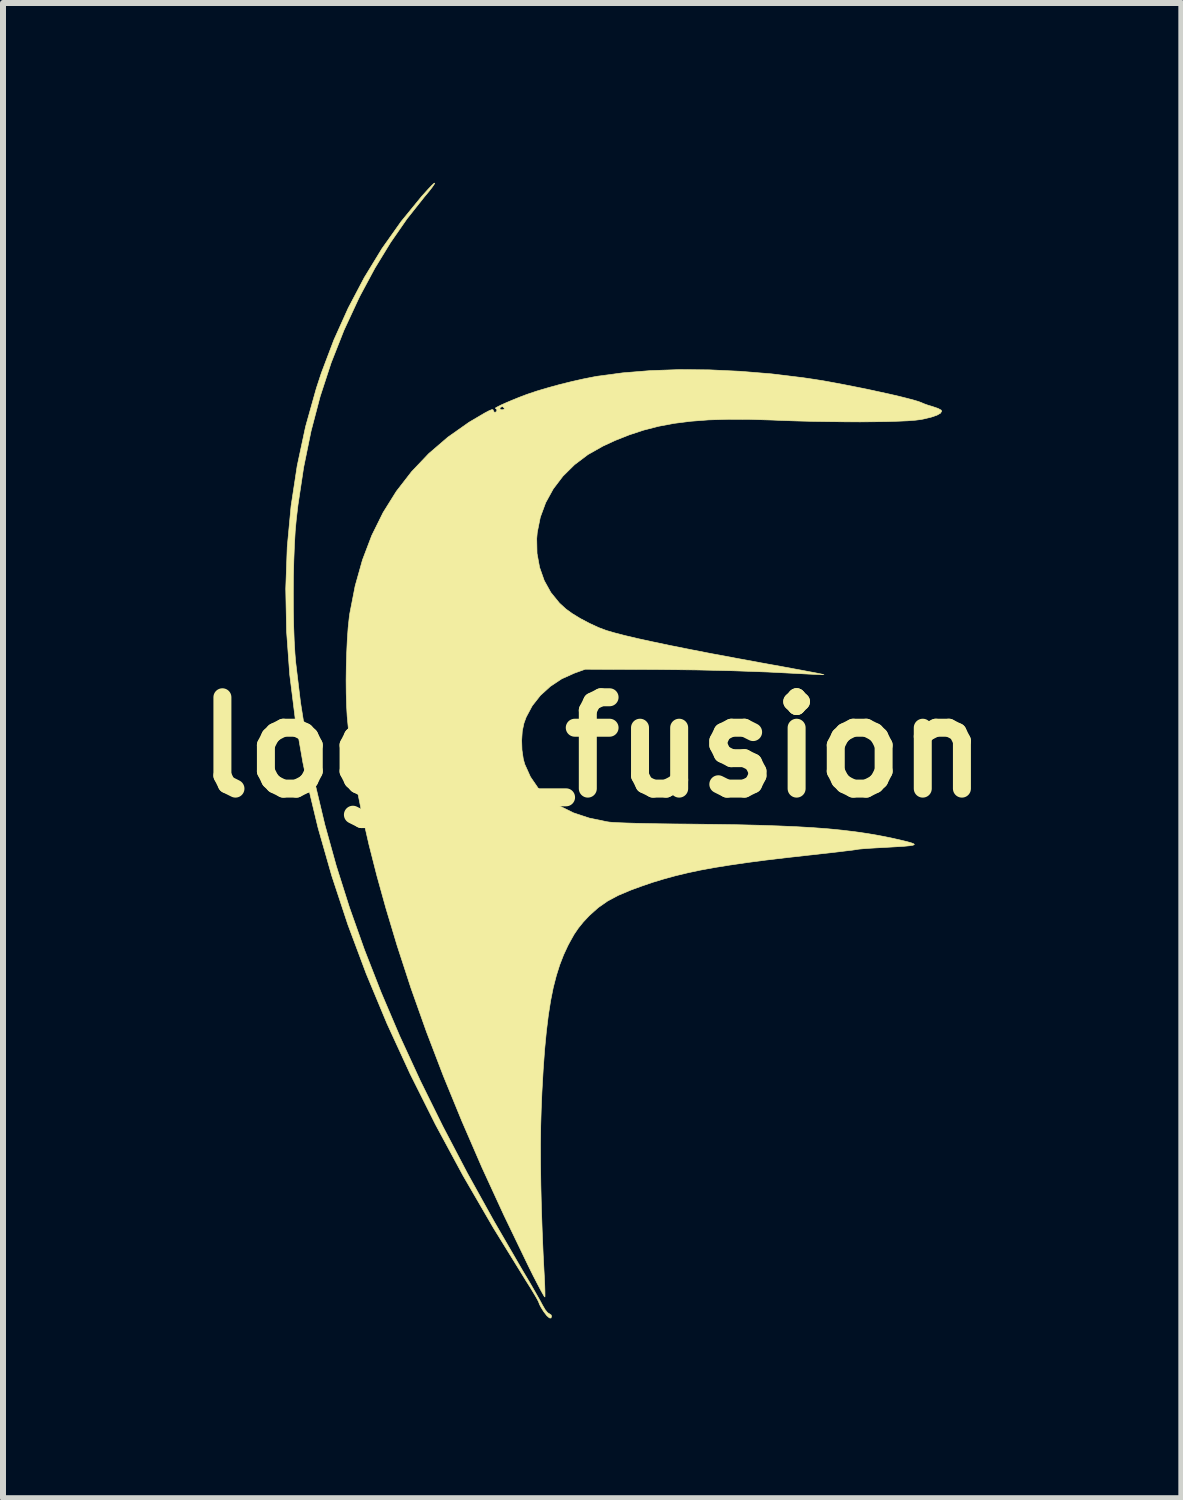
<source format=kicad_pcb>
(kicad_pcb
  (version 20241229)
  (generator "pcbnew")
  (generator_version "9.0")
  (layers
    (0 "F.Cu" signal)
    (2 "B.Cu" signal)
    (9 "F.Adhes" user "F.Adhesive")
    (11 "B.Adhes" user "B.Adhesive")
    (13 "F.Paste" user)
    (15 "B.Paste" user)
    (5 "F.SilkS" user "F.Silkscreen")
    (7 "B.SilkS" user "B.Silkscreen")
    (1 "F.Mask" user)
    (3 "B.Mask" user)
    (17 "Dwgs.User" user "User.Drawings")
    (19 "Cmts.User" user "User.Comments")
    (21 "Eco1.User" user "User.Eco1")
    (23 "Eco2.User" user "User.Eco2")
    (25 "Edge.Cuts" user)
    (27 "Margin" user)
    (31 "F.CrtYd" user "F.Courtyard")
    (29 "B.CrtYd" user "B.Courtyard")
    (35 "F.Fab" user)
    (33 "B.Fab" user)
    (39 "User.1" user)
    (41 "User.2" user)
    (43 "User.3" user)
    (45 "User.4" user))
  (footprint "logo_fusion"
    (layer "F.Cu")
    (at 6.829 9.417)
    (property "Reference" "logo_fusion" (at 0 0 0) (layer "F.SilkS") (effects (font (size 1.524 1.524) (thickness 0.3))))
    (attr through_hole)
    (fp_poly (pts (xy -2.637 -9.39) (xy -2.668 -9.345) (xy -2.718 -9.28) (xy -2.787 -9.197) (xy -2.805 -9.175) (xy -3.089 -8.817) (xy -3.363 -8.422) (xy -3.625 -7.993) (xy -3.871 -7.535) (xy -3.892 -7.493) (xy -4.14 -6.959) (xy -4.355 -6.413) (xy -4.538 -5.853) (xy -4.69 -5.274) (xy -4.813 -4.672) (xy -4.908 -4.042) (xy -4.936 -3.803) (xy -4.954 -3.607) (xy -4.967 -3.378) (xy -4.977 -3.124) (xy -4.984 -2.853) (xy -4.986 -2.575) (xy -4.985 -2.298) (xy -4.98 -2.031) (xy -4.971 -1.782) (xy -4.958 -1.56) (xy -4.946 -1.418) (xy -4.865 -0.745) (xy -4.758 -0.071) (xy -4.623 0.606) (xy -4.461 1.287) (xy -4.27 1.975) (xy -4.05 2.67) (xy -3.8 3.375) (xy -3.52 4.091) (xy -3.209 4.821) (xy -2.866 5.565) (xy -2.49 6.326) (xy -2.082 7.105) (xy -1.639 7.904) (xy -1.163 8.725) (xy -1.121 8.795) (xy -1.048 8.918) (xy -0.978 9.039) (xy -0.916 9.148) (xy -0.865 9.238) (xy -0.832 9.3) (xy -0.829 9.305) (xy -0.784 9.383) (xy -0.743 9.433) (xy -0.721 9.446) (xy -0.686 9.469) (xy -0.677 9.491) (xy -0.687 9.522) (xy -0.714 9.519) (xy -0.755 9.484) (xy -0.806 9.418) (xy -0.812 9.409) (xy -0.852 9.345) (xy -0.879 9.293) (xy -0.889 9.265) (xy -0.9 9.239) (xy -0.93 9.183) (xy -0.977 9.104) (xy -1.035 9.008) (xy -1.103 8.901) (xy -1.104 8.899) (xy -1.647 8.019) (xy -2.151 7.151) (xy -2.614 6.293) (xy -3.038 5.446) (xy -3.423 4.609) (xy -3.768 3.781) (xy -4.075 2.96) (xy -4.343 2.148) (xy -4.573 1.343) (xy -4.765 0.544) (xy -4.826 0.254) (xy -4.955 -0.485) (xy -5.046 -1.215) (xy -5.098 -1.935) (xy -5.112 -2.644) (xy -5.087 -3.342) (xy -5.023 -4.026) (xy -4.921 -4.696) (xy -4.781 -5.35) (xy -4.602 -5.988) (xy -4.518 -6.244) (xy -4.309 -6.796) (xy -4.07 -7.327) (xy -3.802 -7.836) (xy -3.508 -8.318) (xy -3.188 -8.77) (xy -2.845 -9.19) (xy -2.734 -9.313) (xy -2.674 -9.376) (xy -2.639 -9.408) (xy -2.627 -9.412) (xy -2.637 -9.39)) (stroke (width 0.01) (type solid)) (fill yes) (layer "F.SilkS"))
    (fp_poly (pts (xy 1.953 -6.297) (xy 2.469 -6.273) (xy 2.992 -6.23) (xy 3.518 -6.166) (xy 3.706 -6.138) (xy 3.858 -6.114) (xy 4.028 -6.083) (xy 4.209 -6.049) (xy 4.396 -6.012) (xy 4.585 -5.974) (xy 4.769 -5.934) (xy 4.944 -5.896) (xy 5.105 -5.859) (xy 5.245 -5.824) (xy 5.359 -5.794) (xy 5.443 -5.769) (xy 5.491 -5.751) (xy 5.493 -5.75) (xy 5.534 -5.732) (xy 5.601 -5.708) (xy 5.681 -5.684) (xy 5.683 -5.683) (xy 5.771 -5.653) (xy 5.821 -5.626) (xy 5.831 -5.608) (xy 5.811 -5.574) (xy 5.751 -5.54) (xy 5.654 -5.507) (xy 5.523 -5.476) (xy 5.482 -5.468) (xy 5.394 -5.457) (xy 5.268 -5.447) (xy 5.108 -5.44) (xy 4.919 -5.434) (xy 4.705 -5.431) (xy 4.471 -5.429) (xy 4.221 -5.43) (xy 3.959 -5.433) (xy 3.69 -5.437) (xy 3.418 -5.444) (xy 3.147 -5.453) (xy 3.016 -5.459) (xy 2.623 -5.471) (xy 2.267 -5.472) (xy 1.942 -5.462) (xy 1.643 -5.439) (xy 1.366 -5.404) (xy 1.106 -5.355) (xy 0.858 -5.291) (xy 0.618 -5.212) (xy 0.379 -5.117) (xy 0.18 -5.025) (xy -0.071 -4.883) (xy -0.295 -4.714) (xy -0.488 -4.523) (xy -0.649 -4.311) (xy -0.775 -4.082) (xy -0.865 -3.839) (xy -0.916 -3.585) (xy -0.925 -3.48) (xy -0.92 -3.235) (xy -0.877 -3.001) (xy -0.8 -2.782) (xy -0.689 -2.582) (xy -0.546 -2.406) (xy -0.438 -2.307) (xy -0.33 -2.229) (xy -0.195 -2.147) (xy -0.047 -2.069) (xy 0.101 -2) (xy 0.233 -1.95) (xy 0.363 -1.912) (xy 0.535 -1.867) (xy 0.746 -1.817) (xy 0.998 -1.762) (xy 1.288 -1.701) (xy 1.617 -1.635) (xy 1.983 -1.564) (xy 2.386 -1.489) (xy 2.824 -1.408) (xy 2.957 -1.384) (xy 3.148 -1.35) (xy 3.324 -1.317) (xy 3.483 -1.288) (xy 3.62 -1.262) (xy 3.731 -1.241) (xy 3.811 -1.225) (xy 3.856 -1.215) (xy 3.866 -1.213) (xy 3.843 -1.212) (xy 3.786 -1.213) (xy 3.7 -1.217) (xy 3.594 -1.222) (xy 3.501 -1.227) (xy 2.93 -1.256) (xy 2.344 -1.277) (xy 1.734 -1.291) (xy 1.093 -1.298) (xy 0.9 -1.299) (xy -0.116 -1.302) (xy -0.297 -1.237) (xy -0.508 -1.142) (xy -0.698 -1.016) (xy -0.864 -0.865) (xy -1 -0.692) (xy -1.101 -0.503) (xy -1.138 -0.402) (xy -1.166 -0.27) (xy -1.176 -0.116) (xy -1.171 0.045) (xy -1.149 0.195) (xy -1.125 0.282) (xy -1.03 0.493) (xy -0.902 0.68) (xy -0.739 0.842) (xy -0.542 0.98) (xy -0.313 1.093) (xy -0.051 1.18) (xy 0.242 1.241) (xy 0.289 1.248) (xy 0.346 1.253) (xy 0.441 1.258) (xy 0.571 1.263) (xy 0.732 1.268) (xy 0.92 1.272) (xy 1.131 1.276) (xy 1.361 1.279) (xy 1.598 1.281) (xy 2.032 1.286) (xy 2.428 1.292) (xy 2.788 1.301) (xy 3.115 1.312) (xy 3.414 1.325) (xy 3.687 1.341) (xy 3.939 1.36) (xy 4.171 1.383) (xy 4.388 1.409) (xy 4.594 1.439) (xy 4.79 1.473) (xy 4.982 1.511) (xy 5.154 1.55) (xy 5.253 1.574) (xy 5.324 1.594) (xy 5.365 1.61) (xy 5.375 1.623) (xy 5.352 1.634) (xy 5.294 1.643) (xy 5.199 1.652) (xy 5.065 1.66) (xy 4.892 1.67) (xy 4.872 1.671) (xy 4.741 1.678) (xy 4.624 1.685) (xy 4.529 1.692) (xy 4.461 1.698) (xy 4.427 1.702) (xy 4.425 1.703) (xy 4.401 1.707) (xy 4.34 1.716) (xy 4.246 1.727) (xy 4.124 1.742) (xy 3.979 1.759) (xy 3.816 1.777) (xy 3.638 1.797) (xy 3.618 1.799) (xy 3.234 1.842) (xy 2.889 1.883) (xy 2.577 1.924) (xy 2.296 1.965) (xy 2.04 2.006) (xy 1.806 2.049) (xy 1.59 2.095) (xy 1.387 2.144) (xy 1.194 2.197) (xy 1.006 2.254) (xy 0.82 2.318) (xy 0.647 2.381) (xy 0.436 2.47) (xy 0.258 2.565) (xy 0.103 2.673) (xy -0.038 2.799) (xy -0.049 2.809) (xy -0.149 2.916) (xy -0.23 3.016) (xy -0.302 3.122) (xy -0.373 3.249) (xy -0.405 3.309) (xy -0.477 3.464) (xy -0.541 3.629) (xy -0.598 3.81) (xy -0.649 4.008) (xy -0.693 4.228) (xy -0.731 4.471) (xy -0.764 4.742) (xy -0.793 5.043) (xy -0.817 5.378) (xy -0.838 5.75) (xy -0.85 6.041) (xy -0.858 6.311) (xy -0.862 6.617) (xy -0.861 6.951) (xy -0.856 7.308) (xy -0.847 7.68) (xy -0.834 8.061) (xy -0.818 8.445) (xy -0.803 8.737) (xy -0.796 8.865) (xy -0.791 8.979) (xy -0.788 9.073) (xy -0.787 9.139) (xy -0.788 9.17) (xy -0.788 9.17) (xy -0.8 9.159) (xy -0.827 9.113) (xy -0.868 9.039) (xy -0.92 8.939) (xy -0.982 8.819) (xy -1.05 8.682) (xy -1.078 8.625) (xy -1.473 7.805) (xy -1.838 7.011) (xy -2.173 6.238) (xy -2.482 5.484) (xy -2.765 4.744) (xy -3.023 4.017) (xy -3.257 3.298) (xy -3.44 2.688) (xy -3.592 2.141) (xy -3.723 1.626) (xy -3.834 1.141) (xy -3.926 0.682) (xy -3.999 0.246) (xy -4.054 -0.17) (xy -4.087 -0.515) (xy -4.097 -0.695) (xy -4.103 -0.9) (xy -4.105 -1.122) (xy -4.102 -1.352) (xy -4.095 -1.58) (xy -4.085 -1.797) (xy -4.071 -1.995) (xy -4.053 -2.164) (xy -4.044 -2.23) (xy -3.954 -2.692) (xy -3.832 -3.126) (xy -3.677 -3.534) (xy -3.488 -3.916) (xy -3.267 -4.27) (xy -3.013 -4.598) (xy -2.727 -4.899) (xy -2.407 -5.174) (xy -2.055 -5.422) (xy -1.794 -5.576) (xy -1.72 -5.615) (xy -1.675 -5.633) (xy -1.654 -5.632) (xy -1.651 -5.622) (xy -1.635 -5.592) (xy -1.619 -5.588) (xy -1.594 -5.602) (xy -1.589 -5.631) (xy -1.606 -5.651) (xy -1.614 -5.653) (xy -1.613 -5.657) (xy -1.54 -5.657) (xy -1.53 -5.636) (xy -1.503 -5.63) (xy -1.469 -5.64) (xy -1.466 -5.657) (xy -1.492 -5.681) (xy -1.503 -5.683) (xy -1.535 -5.667) (xy -1.54 -5.657) (xy -1.613 -5.657) (xy -1.613 -5.661) (xy -1.578 -5.681) (xy -1.516 -5.712) (xy -1.433 -5.749) (xy -1.334 -5.791) (xy -1.226 -5.835) (xy -1.114 -5.878) (xy -1.069 -5.894) (xy -0.92 -5.944) (xy -0.741 -5.997) (xy -0.545 -6.051) (xy -0.343 -6.101) (xy -0.148 -6.145) (xy 0.029 -6.18) (xy 0.085 -6.19) (xy 0.511 -6.247) (xy 0.968 -6.284) (xy 1.451 -6.301) (xy 1.953 -6.297)) (stroke (width 0.01) (type solid)) (fill yes) (layer "F.SilkS")))
  (gr_rect
    (start -3 -3)
    (end 16.658 21.944)
    (stroke (width 0.1) (type default))
    (fill no)
    (layer "Edge.Cuts")))
</source>
